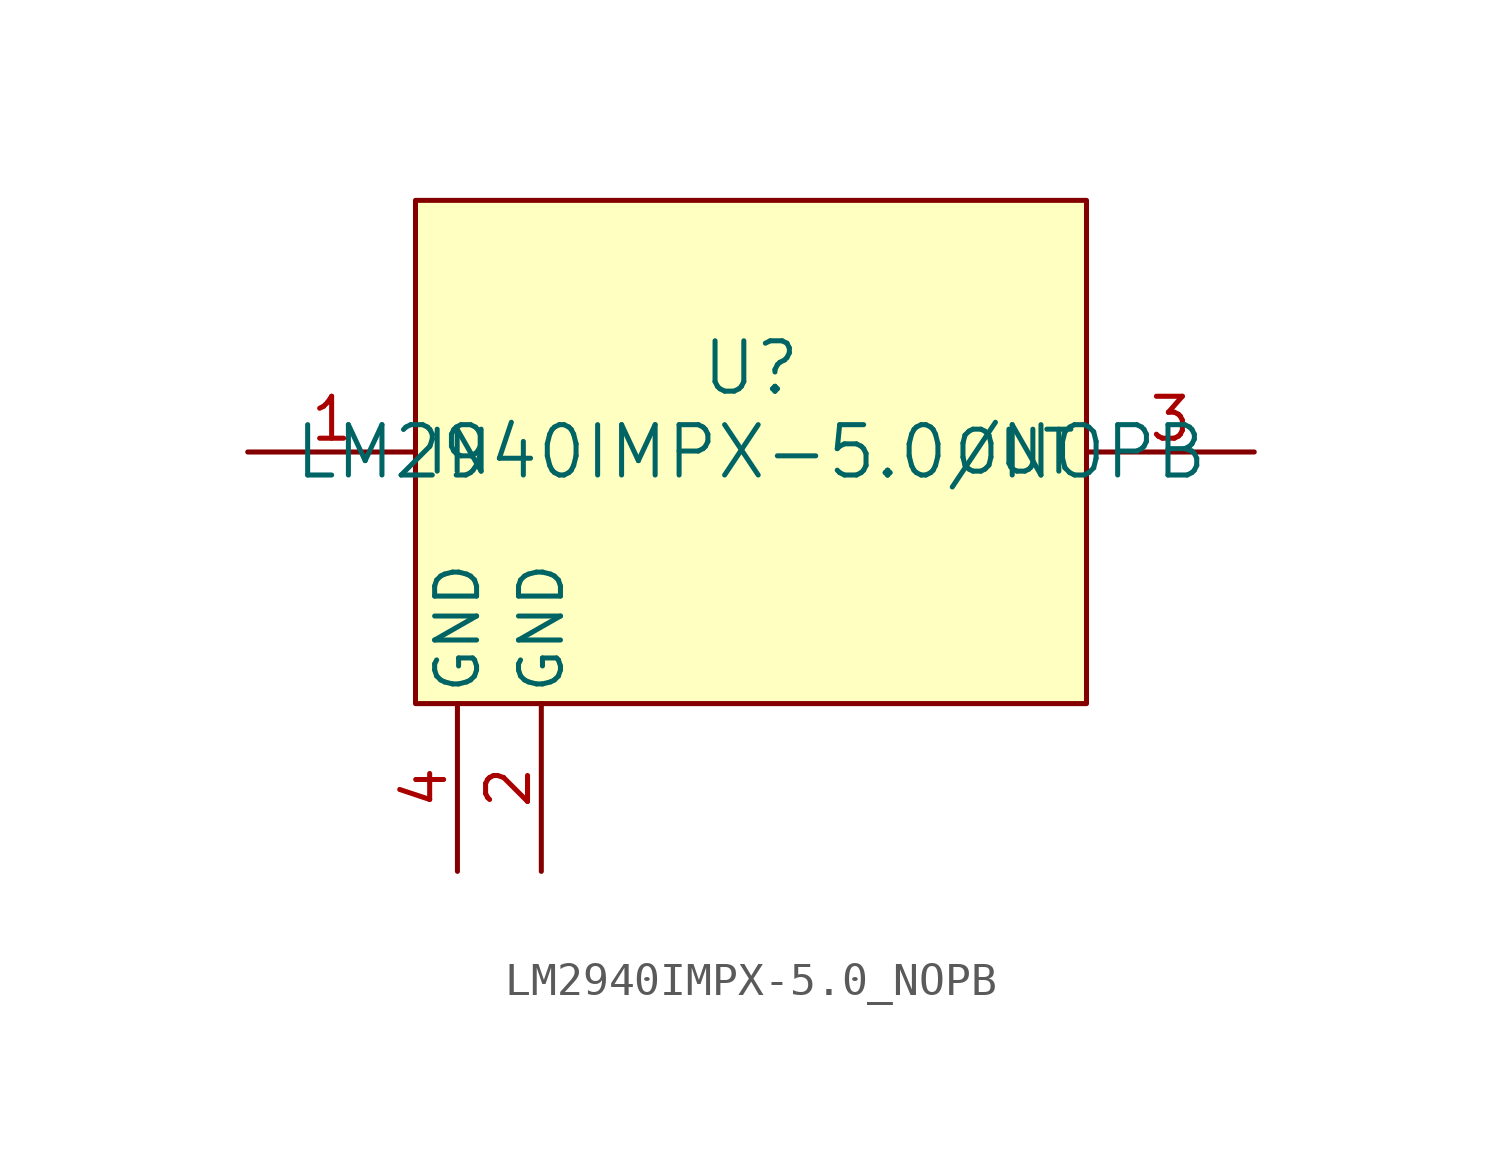
<source format=kicad_sym>
(kicad_symbol_lib
  (version 20231120)
  (generator "kicad_symbol_editor")
  (generator_version "8.0")
  (symbol "LM2940IMPX-5.0_NOPB"
    (pin_names
      (offset 0.254))
    (property "Reference" "U"
      (at 0 2.54 0)
      (effects (font (size 1.524 1.524))))
    (property "Value" "LM2940IMPX-5.0/NOPB"
      (at 0 0 0)
      (effects (font (size 1.524 1.524))))
    (property "ki_locked" ""
      (at 0 0 0)
      (effects (font (size 1.27 1.27))))
    (symbol "LM2940IMPX-5.0_NOPB_0_1"
      (pin power_in line (at -15.24 0 0) (length 5.08) (name "IN" (effects (font (size 1.27 1.27)))) (number "1" (effects (font (size 1.27 1.27)))))
      (pin power_in line (at -6.35 -12.7 90) (length 5.08) (name "GND" (effects (font (size 1.27 1.27)))) (number "2" (effects (font (size 1.27 1.27)))))
      (pin power_in line (at 15.24 0 180) (length 5.08) (name "OUT" (effects (font (size 1.27 1.27)))) (number "3" (effects (font (size 1.27 1.27)))))
      (pin power_in line (at -8.89 -12.7 90) (length 5.08) (name "GND" (effects (font (size 1.27 1.27)))) (number "4" (effects (font (size 1.27 1.27))))))
    (symbol "LM2940IMPX-5.0_NOPB_1_1"
      (rectangle (start -10.16 7.62) (end 10.16 -7.62) (stroke (width 0) (type default)) (fill (type background))))))
</source>
